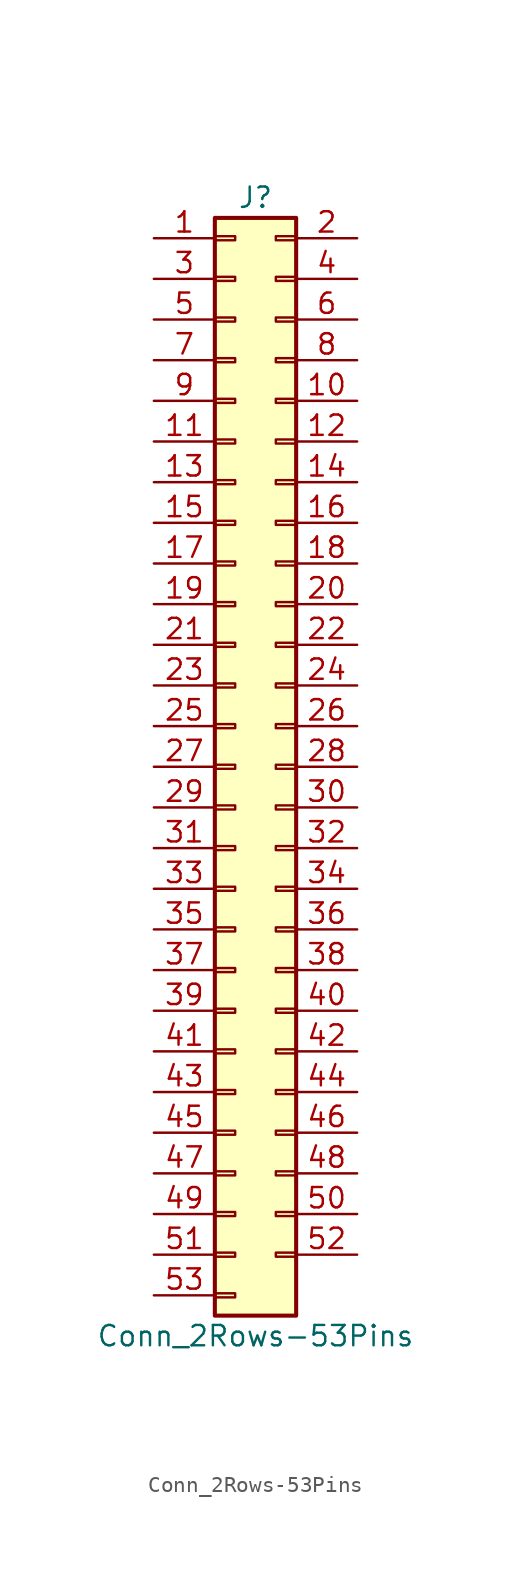
<source format=kicad_sym>
(kicad_symbol_lib
  (version 20211014)
  (generator kicad_symbol_editor)
  (symbol "Conn_2Rows-53Pins"
    (pin_names
      (offset 1.016) hide)
    (property "Reference" "J"
      (at 1.27 35.56 0)
      (effects (font (size 1.27 1.27))))
    (property "Value" "Conn_2Rows-53Pins"
      (at 1.27 -35.56 0)
      (effects (font (size 1.27 1.27))))
    (symbol "Conn_2Rows-53Pins_1_1"
      (rectangle (start -1.27 -32.893) (end 0 -33.147) (stroke (width 0.152) (type default) (color 0 0 0 0)) (fill (type none)))
      (rectangle (start -1.27 -30.353) (end 0 -30.607) (stroke (width 0.152) (type default) (color 0 0 0 0)) (fill (type none)))
      (rectangle (start -1.27 -27.813) (end 0 -28.067) (stroke (width 0.152) (type default) (color 0 0 0 0)) (fill (type none)))
      (rectangle (start -1.27 -25.273) (end 0 -25.527) (stroke (width 0.152) (type default) (color 0 0 0 0)) (fill (type none)))
      (rectangle (start -1.27 -22.733) (end 0 -22.987) (stroke (width 0.152) (type default) (color 0 0 0 0)) (fill (type none)))
      (rectangle (start -1.27 -20.193) (end 0 -20.447) (stroke (width 0.152) (type default) (color 0 0 0 0)) (fill (type none)))
      (rectangle (start -1.27 -17.653) (end 0 -17.907) (stroke (width 0.152) (type default) (color 0 0 0 0)) (fill (type none)))
      (rectangle (start -1.27 -15.113) (end 0 -15.367) (stroke (width 0.152) (type default) (color 0 0 0 0)) (fill (type none)))
      (rectangle (start -1.27 -12.573) (end 0 -12.827) (stroke (width 0.152) (type default) (color 0 0 0 0)) (fill (type none)))
      (rectangle (start -1.27 -10.033) (end 0 -10.287) (stroke (width 0.152) (type default) (color 0 0 0 0)) (fill (type none)))
      (rectangle (start -1.27 -7.493) (end 0 -7.747) (stroke (width 0.152) (type default) (color 0 0 0 0)) (fill (type none)))
      (rectangle (start -1.27 -4.953) (end 0 -5.207) (stroke (width 0.152) (type default) (color 0 0 0 0)) (fill (type none)))
      (rectangle (start -1.27 -2.413) (end 0 -2.667) (stroke (width 0.152) (type default) (color 0 0 0 0)) (fill (type none)))
      (rectangle (start -1.27 0.127) (end 0 -0.127) (stroke (width 0.152) (type default) (color 0 0 0 0)) (fill (type none)))
      (rectangle (start -1.27 2.667) (end 0 2.413) (stroke (width 0.152) (type default) (color 0 0 0 0)) (fill (type none)))
      (rectangle (start -1.27 5.207) (end 0 4.953) (stroke (width 0.152) (type default) (color 0 0 0 0)) (fill (type none)))
      (rectangle (start -1.27 7.747) (end 0 7.493) (stroke (width 0.152) (type default) (color 0 0 0 0)) (fill (type none)))
      (rectangle (start -1.27 10.287) (end 0 10.033) (stroke (width 0.152) (type default) (color 0 0 0 0)) (fill (type none)))
      (rectangle (start -1.27 12.827) (end 0 12.573) (stroke (width 0.152) (type default) (color 0 0 0 0)) (fill (type none)))
      (rectangle (start -1.27 15.367) (end 0 15.113) (stroke (width 0.152) (type default) (color 0 0 0 0)) (fill (type none)))
      (rectangle (start -1.27 17.907) (end 0 17.653) (stroke (width 0.152) (type default) (color 0 0 0 0)) (fill (type none)))
      (rectangle (start -1.27 20.447) (end 0 20.193) (stroke (width 0.152) (type default) (color 0 0 0 0)) (fill (type none)))
      (rectangle (start -1.27 22.987) (end 0 22.733) (stroke (width 0.152) (type default) (color 0 0 0 0)) (fill (type none)))
      (rectangle (start -1.27 25.527) (end 0 25.273) (stroke (width 0.152) (type default) (color 0 0 0 0)) (fill (type none)))
      (rectangle (start -1.27 28.067) (end 0 27.813) (stroke (width 0.152) (type default) (color 0 0 0 0)) (fill (type none)))
      (rectangle (start -1.27 30.607) (end 0 30.353) (stroke (width 0.152) (type default) (color 0 0 0 0)) (fill (type none)))
      (rectangle (start -1.27 33.147) (end 0 32.893) (stroke (width 0.152) (type default) (color 0 0 0 0)) (fill (type none)))
      (rectangle (start -1.27 34.29) (end 3.81 -34.29) (stroke (width 0.254) (type default) (color 0 0 0 0)) (fill (type background)))
      (rectangle (start 3.81 -30.353) (end 2.54 -30.607) (stroke (width 0.152) (type default) (color 0 0 0 0)) (fill (type none)))
      (rectangle (start 3.81 -27.813) (end 2.54 -28.067) (stroke (width 0.152) (type default) (color 0 0 0 0)) (fill (type none)))
      (rectangle (start 3.81 -25.273) (end 2.54 -25.527) (stroke (width 0.152) (type default) (color 0 0 0 0)) (fill (type none)))
      (rectangle (start 3.81 -22.733) (end 2.54 -22.987) (stroke (width 0.152) (type default) (color 0 0 0 0)) (fill (type none)))
      (rectangle (start 3.81 -20.193) (end 2.54 -20.447) (stroke (width 0.152) (type default) (color 0 0 0 0)) (fill (type none)))
      (rectangle (start 3.81 -17.653) (end 2.54 -17.907) (stroke (width 0.152) (type default) (color 0 0 0 0)) (fill (type none)))
      (rectangle (start 3.81 -15.113) (end 2.54 -15.367) (stroke (width 0.152) (type default) (color 0 0 0 0)) (fill (type none)))
      (rectangle (start 3.81 -12.573) (end 2.54 -12.827) (stroke (width 0.152) (type default) (color 0 0 0 0)) (fill (type none)))
      (rectangle (start 3.81 -10.033) (end 2.54 -10.287) (stroke (width 0.152) (type default) (color 0 0 0 0)) (fill (type none)))
      (rectangle (start 3.81 -7.493) (end 2.54 -7.747) (stroke (width 0.152) (type default) (color 0 0 0 0)) (fill (type none)))
      (rectangle (start 3.81 -4.953) (end 2.54 -5.207) (stroke (width 0.152) (type default) (color 0 0 0 0)) (fill (type none)))
      (rectangle (start 3.81 -2.413) (end 2.54 -2.667) (stroke (width 0.152) (type default) (color 0 0 0 0)) (fill (type none)))
      (rectangle (start 3.81 0.127) (end 2.54 -0.127) (stroke (width 0.152) (type default) (color 0 0 0 0)) (fill (type none)))
      (rectangle (start 3.81 2.667) (end 2.54 2.413) (stroke (width 0.152) (type default) (color 0 0 0 0)) (fill (type none)))
      (rectangle (start 3.81 5.207) (end 2.54 4.953) (stroke (width 0.152) (type default) (color 0 0 0 0)) (fill (type none)))
      (rectangle (start 3.81 7.747) (end 2.54 7.493) (stroke (width 0.152) (type default) (color 0 0 0 0)) (fill (type none)))
      (rectangle (start 3.81 10.287) (end 2.54 10.033) (stroke (width 0.152) (type default) (color 0 0 0 0)) (fill (type none)))
      (rectangle (start 3.81 12.827) (end 2.54 12.573) (stroke (width 0.152) (type default) (color 0 0 0 0)) (fill (type none)))
      (rectangle (start 3.81 15.367) (end 2.54 15.113) (stroke (width 0.152) (type default) (color 0 0 0 0)) (fill (type none)))
      (rectangle (start 3.81 17.907) (end 2.54 17.653) (stroke (width 0.152) (type default) (color 0 0 0 0)) (fill (type none)))
      (rectangle (start 3.81 20.447) (end 2.54 20.193) (stroke (width 0.152) (type default) (color 0 0 0 0)) (fill (type none)))
      (rectangle (start 3.81 22.987) (end 2.54 22.733) (stroke (width 0.152) (type default) (color 0 0 0 0)) (fill (type none)))
      (rectangle (start 3.81 25.527) (end 2.54 25.273) (stroke (width 0.152) (type default) (color 0 0 0 0)) (fill (type none)))
      (rectangle (start 3.81 28.067) (end 2.54 27.813) (stroke (width 0.152) (type default) (color 0 0 0 0)) (fill (type none)))
      (rectangle (start 3.81 30.607) (end 2.54 30.353) (stroke (width 0.152) (type default) (color 0 0 0 0)) (fill (type none)))
      (rectangle (start 3.81 33.147) (end 2.54 32.893) (stroke (width 0.152) (type default) (color 0 0 0 0)) (fill (type none)))
      (pin passive line (at -5.08 33.02 0) (length 3.81) (name "Pin_1" (effects (font (size 1.27 1.27)))) (number "1" (effects (font (size 1.27 1.27)))))
      (pin passive line (at 7.62 22.86 180) (length 3.81) (name "Pin_10" (effects (font (size 1.27 1.27)))) (number "10" (effects (font (size 1.27 1.27)))))
      (pin passive line (at -5.08 20.32 0) (length 3.81) (name "Pin_11" (effects (font (size 1.27 1.27)))) (number "11" (effects (font (size 1.27 1.27)))))
      (pin passive line (at 7.62 20.32 180) (length 3.81) (name "Pin_12" (effects (font (size 1.27 1.27)))) (number "12" (effects (font (size 1.27 1.27)))))
      (pin passive line (at -5.08 17.78 0) (length 3.81) (name "Pin_13" (effects (font (size 1.27 1.27)))) (number "13" (effects (font (size 1.27 1.27)))))
      (pin passive line (at 7.62 17.78 180) (length 3.81) (name "Pin_14" (effects (font (size 1.27 1.27)))) (number "14" (effects (font (size 1.27 1.27)))))
      (pin passive line (at -5.08 15.24 0) (length 3.81) (name "Pin_15" (effects (font (size 1.27 1.27)))) (number "15" (effects (font (size 1.27 1.27)))))
      (pin passive line (at 7.62 15.24 180) (length 3.81) (name "Pin_16" (effects (font (size 1.27 1.27)))) (number "16" (effects (font (size 1.27 1.27)))))
      (pin passive line (at -5.08 12.7 0) (length 3.81) (name "Pin_17" (effects (font (size 1.27 1.27)))) (number "17" (effects (font (size 1.27 1.27)))))
      (pin passive line (at 7.62 12.7 180) (length 3.81) (name "Pin_18" (effects (font (size 1.27 1.27)))) (number "18" (effects (font (size 1.27 1.27)))))
      (pin passive line (at -5.08 10.16 0) (length 3.81) (name "Pin_19" (effects (font (size 1.27 1.27)))) (number "19" (effects (font (size 1.27 1.27)))))
      (pin passive line (at 7.62 33.02 180) (length 3.81) (name "Pin_2" (effects (font (size 1.27 1.27)))) (number "2" (effects (font (size 1.27 1.27)))))
      (pin passive line (at 7.62 10.16 180) (length 3.81) (name "Pin_20" (effects (font (size 1.27 1.27)))) (number "20" (effects (font (size 1.27 1.27)))))
      (pin passive line (at -5.08 7.62 0) (length 3.81) (name "Pin_21" (effects (font (size 1.27 1.27)))) (number "21" (effects (font (size 1.27 1.27)))))
      (pin passive line (at 7.62 7.62 180) (length 3.81) (name "Pin_22" (effects (font (size 1.27 1.27)))) (number "22" (effects (font (size 1.27 1.27)))))
      (pin passive line (at -5.08 5.08 0) (length 3.81) (name "Pin_23" (effects (font (size 1.27 1.27)))) (number "23" (effects (font (size 1.27 1.27)))))
      (pin passive line (at 7.62 5.08 180) (length 3.81) (name "Pin_24" (effects (font (size 1.27 1.27)))) (number "24" (effects (font (size 1.27 1.27)))))
      (pin passive line (at -5.08 2.54 0) (length 3.81) (name "Pin_25" (effects (font (size 1.27 1.27)))) (number "25" (effects (font (size 1.27 1.27)))))
      (pin passive line (at 7.62 2.54 180) (length 3.81) (name "Pin_26" (effects (font (size 1.27 1.27)))) (number "26" (effects (font (size 1.27 1.27)))))
      (pin passive line (at -5.08 0 0) (length 3.81) (name "Pin_27" (effects (font (size 1.27 1.27)))) (number "27" (effects (font (size 1.27 1.27)))))
      (pin passive line (at 7.62 0 180) (length 3.81) (name "Pin_28" (effects (font (size 1.27 1.27)))) (number "28" (effects (font (size 1.27 1.27)))))
      (pin passive line (at -5.08 -2.54 0) (length 3.81) (name "Pin_29" (effects (font (size 1.27 1.27)))) (number "29" (effects (font (size 1.27 1.27)))))
      (pin passive line (at -5.08 30.48 0) (length 3.81) (name "Pin_3" (effects (font (size 1.27 1.27)))) (number "3" (effects (font (size 1.27 1.27)))))
      (pin passive line (at 7.62 -2.54 180) (length 3.81) (name "Pin_30" (effects (font (size 1.27 1.27)))) (number "30" (effects (font (size 1.27 1.27)))))
      (pin passive line (at -5.08 -5.08 0) (length 3.81) (name "Pin_31" (effects (font (size 1.27 1.27)))) (number "31" (effects (font (size 1.27 1.27)))))
      (pin passive line (at 7.62 -5.08 180) (length 3.81) (name "Pin_32" (effects (font (size 1.27 1.27)))) (number "32" (effects (font (size 1.27 1.27)))))
      (pin passive line (at -5.08 -7.62 0) (length 3.81) (name "Pin_33" (effects (font (size 1.27 1.27)))) (number "33" (effects (font (size 1.27 1.27)))))
      (pin passive line (at 7.62 -7.62 180) (length 3.81) (name "Pin_34" (effects (font (size 1.27 1.27)))) (number "34" (effects (font (size 1.27 1.27)))))
      (pin passive line (at -5.08 -10.16 0) (length 3.81) (name "Pin_35" (effects (font (size 1.27 1.27)))) (number "35" (effects (font (size 1.27 1.27)))))
      (pin passive line (at 7.62 -10.16 180) (length 3.81) (name "Pin_36" (effects (font (size 1.27 1.27)))) (number "36" (effects (font (size 1.27 1.27)))))
      (pin passive line (at -5.08 -12.7 0) (length 3.81) (name "Pin_37" (effects (font (size 1.27 1.27)))) (number "37" (effects (font (size 1.27 1.27)))))
      (pin passive line (at 7.62 -12.7 180) (length 3.81) (name "Pin_38" (effects (font (size 1.27 1.27)))) (number "38" (effects (font (size 1.27 1.27)))))
      (pin passive line (at -5.08 -15.24 0) (length 3.81) (name "Pin_39" (effects (font (size 1.27 1.27)))) (number "39" (effects (font (size 1.27 1.27)))))
      (pin passive line (at 7.62 30.48 180) (length 3.81) (name "Pin_4" (effects (font (size 1.27 1.27)))) (number "4" (effects (font (size 1.27 1.27)))))
      (pin passive line (at 7.62 -15.24 180) (length 3.81) (name "Pin_40" (effects (font (size 1.27 1.27)))) (number "40" (effects (font (size 1.27 1.27)))))
      (pin passive line (at -5.08 -17.78 0) (length 3.81) (name "Pin_41" (effects (font (size 1.27 1.27)))) (number "41" (effects (font (size 1.27 1.27)))))
      (pin passive line (at 7.62 -17.78 180) (length 3.81) (name "Pin_42" (effects (font (size 1.27 1.27)))) (number "42" (effects (font (size 1.27 1.27)))))
      (pin passive line (at -5.08 -20.32 0) (length 3.81) (name "Pin_43" (effects (font (size 1.27 1.27)))) (number "43" (effects (font (size 1.27 1.27)))))
      (pin passive line (at 7.62 -20.32 180) (length 3.81) (name "Pin_44" (effects (font (size 1.27 1.27)))) (number "44" (effects (font (size 1.27 1.27)))))
      (pin passive line (at -5.08 -22.86 0) (length 3.81) (name "Pin_45" (effects (font (size 1.27 1.27)))) (number "45" (effects (font (size 1.27 1.27)))))
      (pin passive line (at 7.62 -22.86 180) (length 3.81) (name "Pin_46" (effects (font (size 1.27 1.27)))) (number "46" (effects (font (size 1.27 1.27)))))
      (pin passive line (at -5.08 -25.4 0) (length 3.81) (name "Pin_47" (effects (font (size 1.27 1.27)))) (number "47" (effects (font (size 1.27 1.27)))))
      (pin passive line (at 7.62 -25.4 180) (length 3.81) (name "Pin_48" (effects (font (size 1.27 1.27)))) (number "48" (effects (font (size 1.27 1.27)))))
      (pin passive line (at -5.08 -27.94 0) (length 3.81) (name "Pin_49" (effects (font (size 1.27 1.27)))) (number "49" (effects (font (size 1.27 1.27)))))
      (pin passive line (at -5.08 27.94 0) (length 3.81) (name "Pin_5" (effects (font (size 1.27 1.27)))) (number "5" (effects (font (size 1.27 1.27)))))
      (pin passive line (at 7.62 -27.94 180) (length 3.81) (name "Pin_50" (effects (font (size 1.27 1.27)))) (number "50" (effects (font (size 1.27 1.27)))))
      (pin passive line (at -5.08 -30.48 0) (length 3.81) (name "Pin_51" (effects (font (size 1.27 1.27)))) (number "51" (effects (font (size 1.27 1.27)))))
      (pin passive line (at 7.62 -30.48 180) (length 3.81) (name "Pin_52" (effects (font (size 1.27 1.27)))) (number "52" (effects (font (size 1.27 1.27)))))
      (pin passive line (at -5.08 -33.02 0) (length 3.81) (name "Pin_53" (effects (font (size 1.27 1.27)))) (number "53" (effects (font (size 1.27 1.27)))))
      (pin passive line (at 7.62 27.94 180) (length 3.81) (name "Pin_6" (effects (font (size 1.27 1.27)))) (number "6" (effects (font (size 1.27 1.27)))))
      (pin passive line (at -5.08 25.4 0) (length 3.81) (name "Pin_7" (effects (font (size 1.27 1.27)))) (number "7" (effects (font (size 1.27 1.27)))))
      (pin passive line (at 7.62 25.4 180) (length 3.81) (name "Pin_8" (effects (font (size 1.27 1.27)))) (number "8" (effects (font (size 1.27 1.27)))))
      (pin passive line (at -5.08 22.86 0) (length 3.81) (name "Pin_9" (effects (font (size 1.27 1.27)))) (number "9" (effects (font (size 1.27 1.27))))))))
</source>
